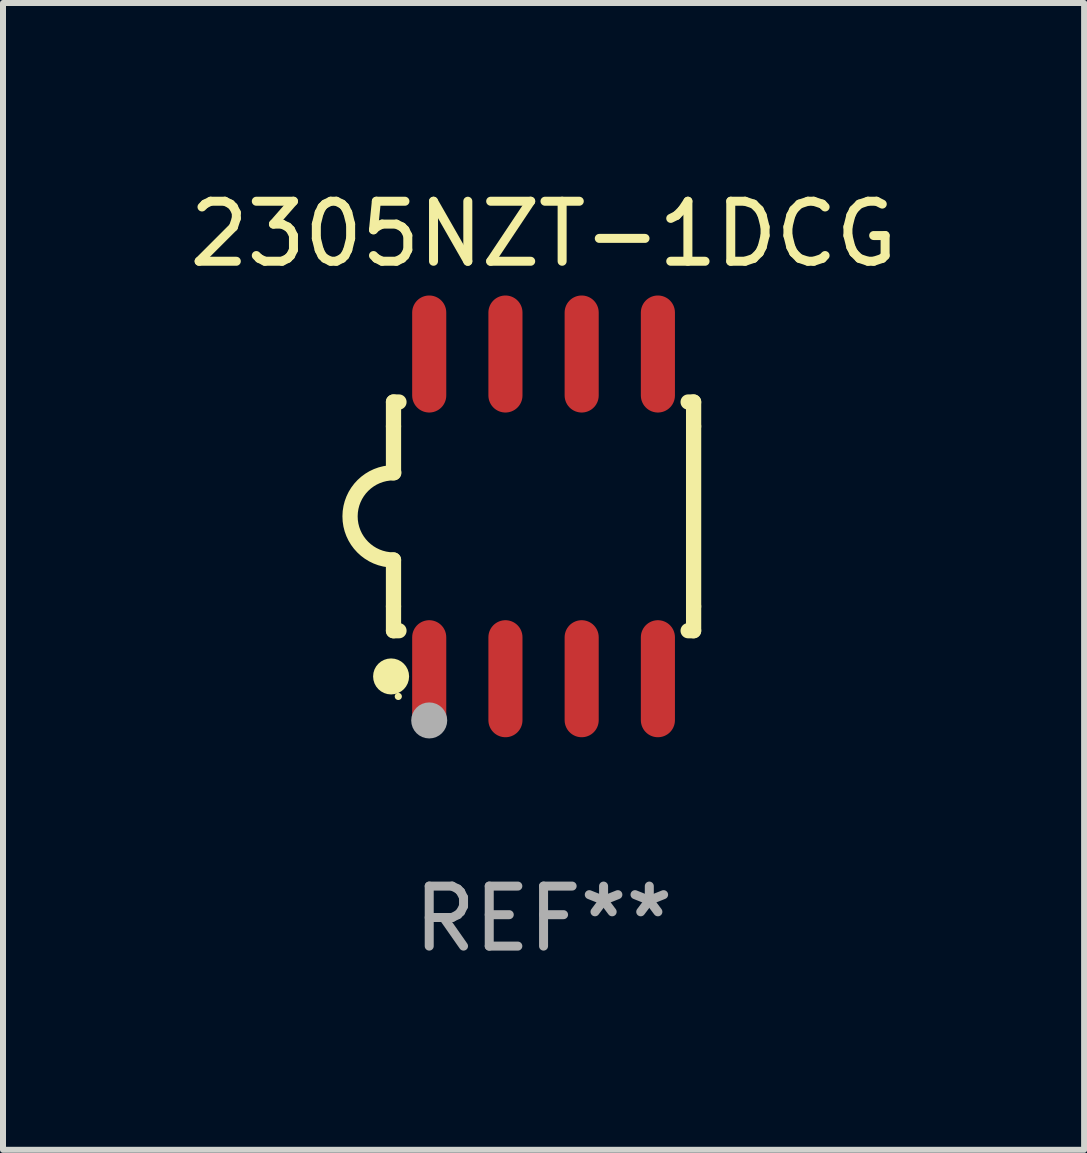
<source format=kicad_pcb>
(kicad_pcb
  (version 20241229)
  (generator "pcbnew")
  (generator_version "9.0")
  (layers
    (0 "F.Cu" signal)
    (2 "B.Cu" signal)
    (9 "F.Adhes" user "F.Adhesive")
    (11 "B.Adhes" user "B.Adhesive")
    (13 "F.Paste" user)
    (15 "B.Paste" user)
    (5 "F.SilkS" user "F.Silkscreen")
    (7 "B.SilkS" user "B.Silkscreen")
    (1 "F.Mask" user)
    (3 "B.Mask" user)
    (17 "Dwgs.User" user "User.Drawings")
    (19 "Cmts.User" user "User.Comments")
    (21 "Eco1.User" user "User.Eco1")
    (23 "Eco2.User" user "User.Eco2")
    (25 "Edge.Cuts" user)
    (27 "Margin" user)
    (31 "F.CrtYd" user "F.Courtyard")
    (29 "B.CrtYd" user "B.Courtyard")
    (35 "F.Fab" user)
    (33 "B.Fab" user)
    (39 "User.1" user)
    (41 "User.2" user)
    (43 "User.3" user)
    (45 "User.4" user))
  (footprint "2305NZT-1DCG"
    (layer "F.Cu")
    (at 6.006 5.553)
    (property "Reference" "2305NZT-1DCG" (at 0 -4.705 0) (layer "F.SilkS") (effects (font (size 1 1) (thickness 0.15))))
    (attr through_hole)
    (fp_line (start -2.5 -1.905) (end -2.409 -1.905) (stroke (width 0.254) (type solid)) (layer "F.SilkS"))
    (fp_line (start -2.5 -1.5) (end -2.5 -1.905) (stroke (width 0.254) (type solid)) (layer "F.SilkS"))
    (fp_line (start -2.5 -1.5) (end -2.5 -0.726) (stroke (width 0.254) (type solid)) (layer "F.SilkS"))
    (fp_line (start -2.5 1.5) (end -2.5 0.727) (stroke (width 0.254) (type solid)) (layer "F.SilkS"))
    (fp_line (start -2.5 1.5) (end -2.5 1.905) (stroke (width 0.254) (type solid)) (layer "F.SilkS"))
    (fp_line (start -2.5 1.905) (end -2.409 1.905) (stroke (width 0.254) (type solid)) (layer "F.SilkS"))
    (fp_line (start 2.5 -1.905) (end 2.409 -1.905) (stroke (width 0.254) (type solid)) (layer "F.SilkS"))
    (fp_line (start 2.5 -1.5) (end 2.5 -1.905) (stroke (width 0.254) (type solid)) (layer "F.SilkS"))
    (fp_line (start 2.5 -1.5) (end 2.5 1.5) (stroke (width 0.254) (type solid)) (layer "F.SilkS"))
    (fp_line (start 2.5 1.5) (end 2.5 1.905) (stroke (width 0.254) (type solid)) (layer "F.SilkS"))
    (fp_line (start 2.5 1.905) (end 2.409 1.905) (stroke (width 0.254) (type solid)) (layer "F.SilkS"))
    (fp_arc (start -2.5 0.726568) (mid -3.220316 -0.0023) (end -2.495097 -0.726289) (stroke (width 0.254001) (type solid)) (layer "F.SilkS"))
    (fp_circle (center -2.54 2.667) (end -2.39 2.667) (stroke (width 0.3) (type solid)) (fill no) (layer "F.SilkS"))
    (fp_circle (center -2.42 3) (end -2.39 3) (stroke (width 0.06) (type solid)) (fill no) (layer "F.SilkS"))
    (fp_circle (center -1.905 3.4) (end -1.755 3.4) (stroke (width 0.3) (type solid)) (fill no) (layer "F.Fab"))
    (fp_text user "REF**" (at 0 6.705 0) (layer "F.Fab") (effects (font (size 1 1) (thickness 0.15))))
    (pad "1" smd oval (at -1.905 2.705) (size 0.568 1.95) (layers "F.Cu" "F.Mask" "F.Paste"))
    (pad "2" smd oval (at -0.635 2.705) (size 0.568 1.95) (layers "F.Cu" "F.Mask" "F.Paste"))
    (pad "3" smd oval (at 0.635 2.705) (size 0.568 1.95) (layers "F.Cu" "F.Mask" "F.Paste"))
    (pad "4" smd oval (at 1.905 2.705) (size 0.568 1.95) (layers "F.Cu" "F.Mask" "F.Paste"))
    (pad "5" smd oval (at 1.905 -2.705) (size 0.568 1.95) (layers "F.Cu" "F.Mask" "F.Paste"))
    (pad "6" smd oval (at 0.635 -2.705) (size 0.568 1.95) (layers "F.Cu" "F.Mask" "F.Paste"))
    (pad "7" smd oval (at -0.635 -2.705) (size 0.568 1.95) (layers "F.Cu" "F.Mask" "F.Paste"))
    (pad "8" smd oval (at -1.905 -2.705) (size 0.568 1.95) (layers "F.Cu" "F.Mask" "F.Paste")))
  (gr_rect
    (start -3 -3)
    (end 15.012 16.107)
    (stroke (width 0.1) (type default))
    (fill no)
    (layer "Edge.Cuts")))
</source>
